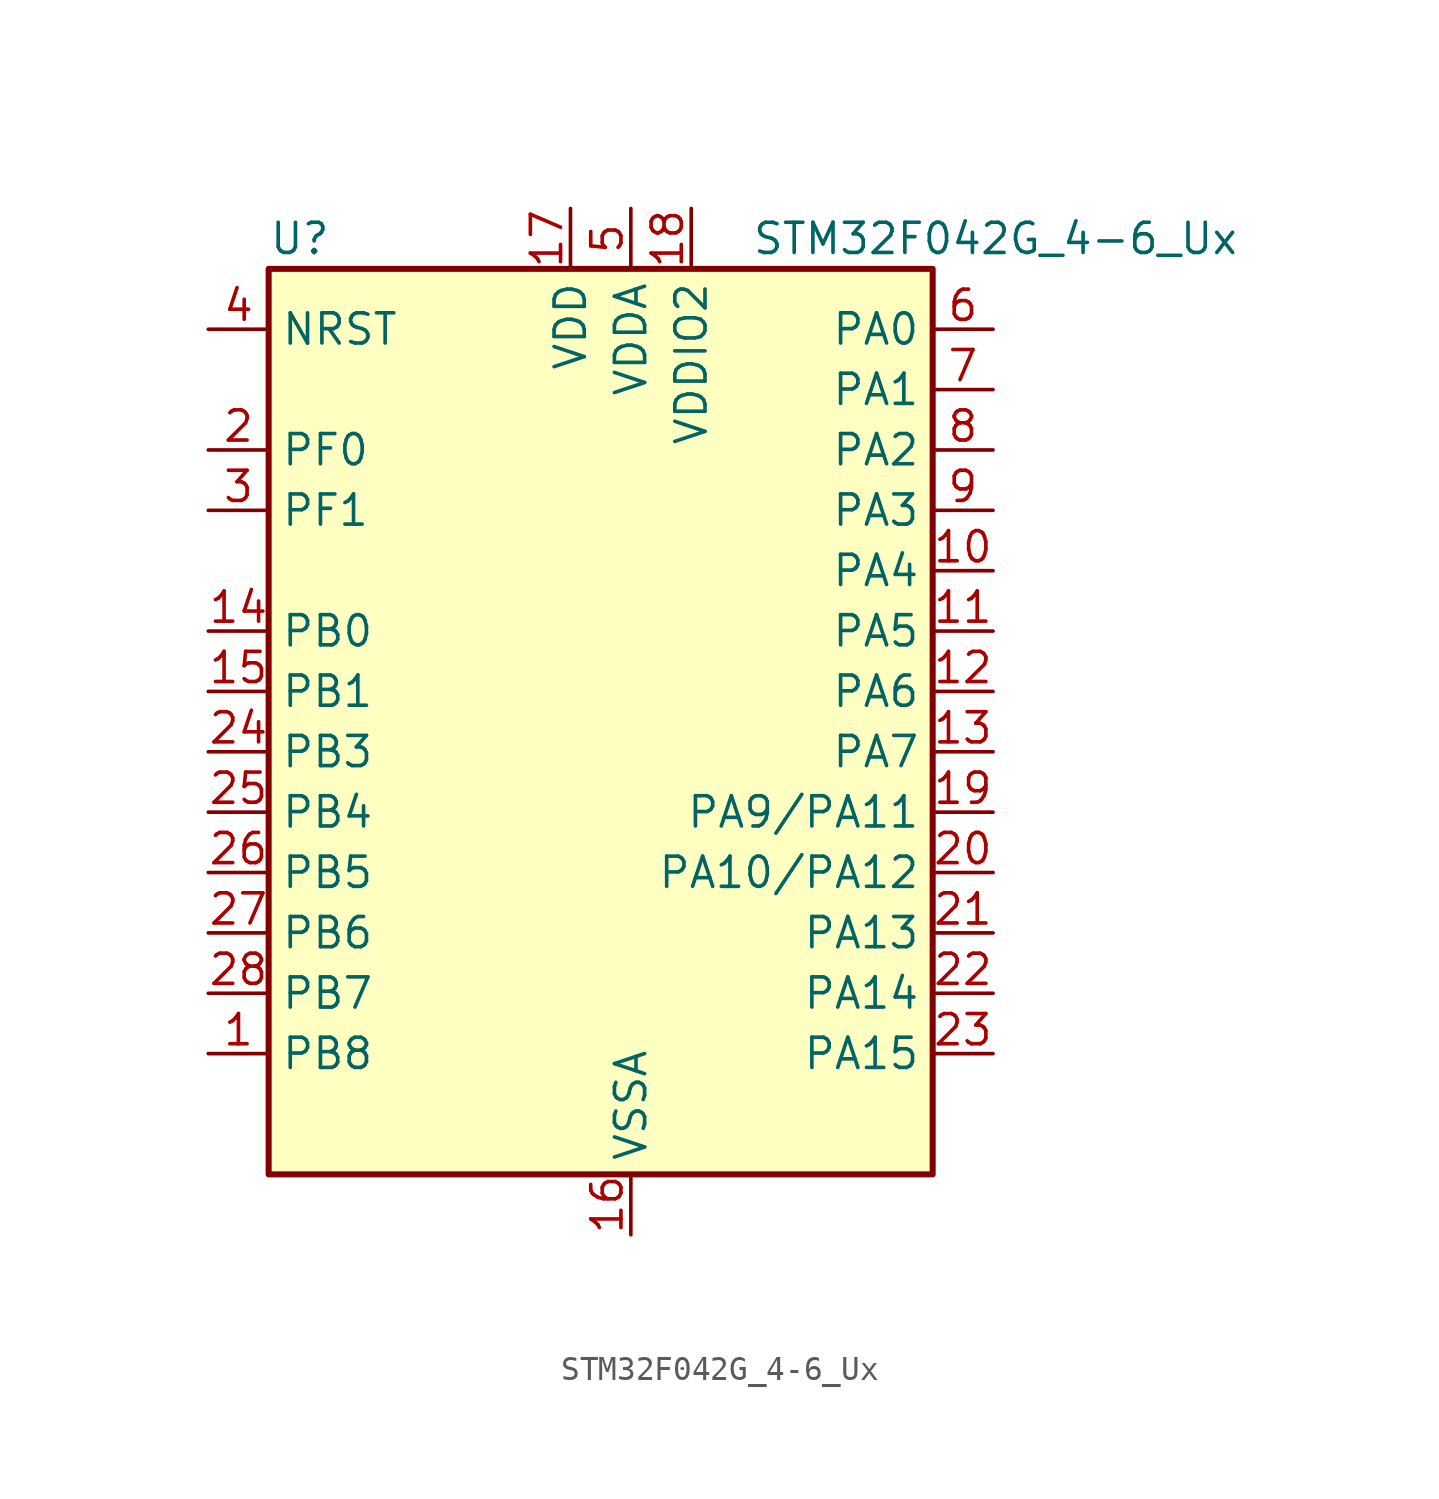
<source format=kicad_sym>
(kicad_symbol_lib
  (version 20220914)
  (generator kicad_symbol_editor)
  (symbol "STM32F042G_4-6_Ux"
    (property "Reference" "U"
      (at -12.7 21.59 0)
      (effects (font (size 1.27 1.27)) (justify left)))
    (property "Value" "STM32F042G_4-6_Ux"
      (at 7.62 21.59 0)
      (effects (font (size 1.27 1.27)) (justify left)))
    (property "ki_locked" ""
      (at 0 0 0)
      (effects (font (size 1.27 1.27))))
    (symbol "STM32F042G_4-6_Ux_0_1"
      (rectangle (start -12.7 -17.78) (end 15.24 20.32) (stroke (width 0.254) (type default)) (fill (type background))))
    (symbol "STM32F042G_4-6_Ux_1_1"
      (pin bidirectional line (at -15.24 -12.7 0) (length 2.54) (name "PB8" (effects (font (size 1.27 1.27)))) (number "1" (effects (font (size 1.27 1.27)))) (alternate "CAN_RX" bidirectional line) (alternate "CEC" bidirectional line) (alternate "I2C1_SCL" bidirectional line) (alternate "TIM16_CH1" bidirectional line) (alternate "TSC_SYNC" bidirectional line))
      (pin bidirectional line (at 17.78 7.62 180) (length 2.54) (name "PA4" (effects (font (size 1.27 1.27)))) (number "10" (effects (font (size 1.27 1.27)))) (alternate "ADC_IN4" bidirectional line) (alternate "I2S1_WS" bidirectional line) (alternate "SPI1_NSS" bidirectional line) (alternate "TIM14_CH1" bidirectional line) (alternate "TSC_G2_IO1" bidirectional line) (alternate "USART2_CK" bidirectional line) (alternate "USB_NOE" bidirectional line))
      (pin bidirectional line (at 17.78 5.08 180) (length 2.54) (name "PA5" (effects (font (size 1.27 1.27)))) (number "11" (effects (font (size 1.27 1.27)))) (alternate "ADC_IN5" bidirectional line) (alternate "CEC" bidirectional line) (alternate "I2S1_CK" bidirectional line) (alternate "SPI1_SCK" bidirectional line) (alternate "TIM2_CH1" bidirectional line) (alternate "TIM2_ETR" bidirectional line) (alternate "TSC_G2_IO2" bidirectional line))
      (pin bidirectional line (at 17.78 2.54 180) (length 2.54) (name "PA6" (effects (font (size 1.27 1.27)))) (number "12" (effects (font (size 1.27 1.27)))) (alternate "ADC_IN6" bidirectional line) (alternate "I2S1_MCK" bidirectional line) (alternate "SPI1_MISO" bidirectional line) (alternate "TIM16_CH1" bidirectional line) (alternate "TIM1_BKIN" bidirectional line) (alternate "TIM3_CH1" bidirectional line) (alternate "TSC_G2_IO3" bidirectional line))
      (pin bidirectional line (at 17.78 0 180) (length 2.54) (name "PA7" (effects (font (size 1.27 1.27)))) (number "13" (effects (font (size 1.27 1.27)))) (alternate "ADC_IN7" bidirectional line) (alternate "I2S1_SD" bidirectional line) (alternate "SPI1_MOSI" bidirectional line) (alternate "TIM14_CH1" bidirectional line) (alternate "TIM17_CH1" bidirectional line) (alternate "TIM1_CH1N" bidirectional line) (alternate "TIM3_CH2" bidirectional line) (alternate "TSC_G2_IO4" bidirectional line))
      (pin bidirectional line (at -15.24 5.08 0) (length 2.54) (name "PB0" (effects (font (size 1.27 1.27)))) (number "14" (effects (font (size 1.27 1.27)))) (alternate "ADC_IN8" bidirectional line) (alternate "TIM1_CH2N" bidirectional line) (alternate "TIM3_CH3" bidirectional line) (alternate "TSC_G3_IO2" bidirectional line))
      (pin bidirectional line (at -15.24 2.54 0) (length 2.54) (name "PB1" (effects (font (size 1.27 1.27)))) (number "15" (effects (font (size 1.27 1.27)))) (alternate "ADC_IN9" bidirectional line) (alternate "TIM14_CH1" bidirectional line) (alternate "TIM1_CH3N" bidirectional line) (alternate "TIM3_CH4" bidirectional line) (alternate "TSC_G3_IO3" bidirectional line))
      (pin power_in line (at 2.54 -20.32 90) (length 2.54) (name "VSSA" (effects (font (size 1.27 1.27)))) (number "16" (effects (font (size 1.27 1.27)))))
      (pin power_in line (at 0 22.86 270) (length 2.54) (name "VDD" (effects (font (size 1.27 1.27)))) (number "17" (effects (font (size 1.27 1.27)))))
      (pin power_in line (at 5.08 22.86 270) (length 2.54) (name "VDDIO2" (effects (font (size 1.27 1.27)))) (number "18" (effects (font (size 1.27 1.27)))))
      (pin bidirectional line (at 17.78 -2.54 180) (length 2.54) (name "PA9/PA11" (effects (font (size 1.27 1.27)))) (number "19" (effects (font (size 1.27 1.27)))) (alternate "I2C1_SCL" bidirectional line) (alternate "TIM1_CH2" bidirectional line) (alternate "TSC_G4_IO1" bidirectional line) (alternate "USART1_TX" bidirectional line))
      (pin bidirectional line (at -15.24 12.7 0) (length 2.54) (name "PF0" (effects (font (size 1.27 1.27)))) (number "2" (effects (font (size 1.27 1.27)))) (alternate "CRS_SYNC" bidirectional line) (alternate "I2C1_SDA" bidirectional line) (alternate "RCC_OSC_IN" bidirectional line))
      (pin bidirectional line (at 17.78 -5.08 180) (length 2.54) (name "PA10/PA12" (effects (font (size 1.27 1.27)))) (number "20" (effects (font (size 1.27 1.27)))) (alternate "I2C1_SDA" bidirectional line) (alternate "TIM17_BKIN" bidirectional line) (alternate "TIM1_CH3" bidirectional line) (alternate "TSC_G4_IO2" bidirectional line) (alternate "USART1_RX" bidirectional line))
      (pin bidirectional line (at 17.78 -7.62 180) (length 2.54) (name "PA13" (effects (font (size 1.27 1.27)))) (number "21" (effects (font (size 1.27 1.27)))) (alternate "IR_OUT" bidirectional line) (alternate "SYS_SWDIO" bidirectional line) (alternate "USB_NOE" bidirectional line))
      (pin bidirectional line (at 17.78 -10.16 180) (length 2.54) (name "PA14" (effects (font (size 1.27 1.27)))) (number "22" (effects (font (size 1.27 1.27)))) (alternate "SYS_SWCLK" bidirectional line) (alternate "USART2_TX" bidirectional line))
      (pin bidirectional line (at 17.78 -12.7 180) (length 2.54) (name "PA15" (effects (font (size 1.27 1.27)))) (number "23" (effects (font (size 1.27 1.27)))) (alternate "I2S1_WS" bidirectional line) (alternate "SPI1_NSS" bidirectional line) (alternate "TIM2_CH1" bidirectional line) (alternate "TIM2_ETR" bidirectional line) (alternate "USART2_RX" bidirectional line) (alternate "USB_NOE" bidirectional line))
      (pin bidirectional line (at -15.24 0 0) (length 2.54) (name "PB3" (effects (font (size 1.27 1.27)))) (number "24" (effects (font (size 1.27 1.27)))) (alternate "I2S1_CK" bidirectional line) (alternate "SPI1_SCK" bidirectional line) (alternate "TIM2_CH2" bidirectional line) (alternate "TSC_G5_IO1" bidirectional line))
      (pin bidirectional line (at -15.24 -2.54 0) (length 2.54) (name "PB4" (effects (font (size 1.27 1.27)))) (number "25" (effects (font (size 1.27 1.27)))) (alternate "I2S1_MCK" bidirectional line) (alternate "SPI1_MISO" bidirectional line) (alternate "TIM17_BKIN" bidirectional line) (alternate "TIM3_CH1" bidirectional line) (alternate "TSC_G5_IO2" bidirectional line))
      (pin bidirectional line (at -15.24 -5.08 0) (length 2.54) (name "PB5" (effects (font (size 1.27 1.27)))) (number "26" (effects (font (size 1.27 1.27)))) (alternate "I2C1_SMBA" bidirectional line) (alternate "I2S1_SD" bidirectional line) (alternate "SPI1_MOSI" bidirectional line) (alternate "SYS_WKUP6" bidirectional line) (alternate "TIM16_BKIN" bidirectional line) (alternate "TIM3_CH2" bidirectional line))
      (pin bidirectional line (at -15.24 -7.62 0) (length 2.54) (name "PB6" (effects (font (size 1.27 1.27)))) (number "27" (effects (font (size 1.27 1.27)))) (alternate "I2C1_SCL" bidirectional line) (alternate "TIM16_CH1N" bidirectional line) (alternate "TSC_G5_IO3" bidirectional line) (alternate "USART1_TX" bidirectional line))
      (pin bidirectional line (at -15.24 -10.16 0) (length 2.54) (name "PB7" (effects (font (size 1.27 1.27)))) (number "28" (effects (font (size 1.27 1.27)))) (alternate "I2C1_SDA" bidirectional line) (alternate "TIM17_CH1N" bidirectional line) (alternate "TSC_G5_IO4" bidirectional line) (alternate "USART1_RX" bidirectional line))
      (pin bidirectional line (at -15.24 10.16 0) (length 2.54) (name "PF1" (effects (font (size 1.27 1.27)))) (number "3" (effects (font (size 1.27 1.27)))) (alternate "I2C1_SCL" bidirectional line) (alternate "RCC_OSC_OUT" bidirectional line))
      (pin input line (at -15.24 17.78 0) (length 2.54) (name "NRST" (effects (font (size 1.27 1.27)))) (number "4" (effects (font (size 1.27 1.27)))))
      (pin power_in line (at 2.54 22.86 270) (length 2.54) (name "VDDA" (effects (font (size 1.27 1.27)))) (number "5" (effects (font (size 1.27 1.27)))))
      (pin bidirectional line (at 17.78 17.78 180) (length 2.54) (name "PA0" (effects (font (size 1.27 1.27)))) (number "6" (effects (font (size 1.27 1.27)))) (alternate "ADC_IN0" bidirectional line) (alternate "RTC_TAMP2" bidirectional line) (alternate "SYS_WKUP1" bidirectional line) (alternate "TIM2_CH1" bidirectional line) (alternate "TIM2_ETR" bidirectional line) (alternate "TSC_G1_IO1" bidirectional line) (alternate "USART2_CTS" bidirectional line))
      (pin bidirectional line (at 17.78 15.24 180) (length 2.54) (name "PA1" (effects (font (size 1.27 1.27)))) (number "7" (effects (font (size 1.27 1.27)))) (alternate "ADC_IN1" bidirectional line) (alternate "TIM2_CH2" bidirectional line) (alternate "TSC_G1_IO2" bidirectional line) (alternate "USART2_DE" bidirectional line) (alternate "USART2_RTS" bidirectional line))
      (pin bidirectional line (at 17.78 12.7 180) (length 2.54) (name "PA2" (effects (font (size 1.27 1.27)))) (number "8" (effects (font (size 1.27 1.27)))) (alternate "ADC_IN2" bidirectional line) (alternate "SYS_WKUP4" bidirectional line) (alternate "TIM2_CH3" bidirectional line) (alternate "TSC_G1_IO3" bidirectional line) (alternate "USART2_TX" bidirectional line))
      (pin bidirectional line (at 17.78 10.16 180) (length 2.54) (name "PA3" (effects (font (size 1.27 1.27)))) (number "9" (effects (font (size 1.27 1.27)))) (alternate "ADC_IN3" bidirectional line) (alternate "TIM2_CH4" bidirectional line) (alternate "TSC_G1_IO4" bidirectional line) (alternate "USART2_RX" bidirectional line)))))
</source>
